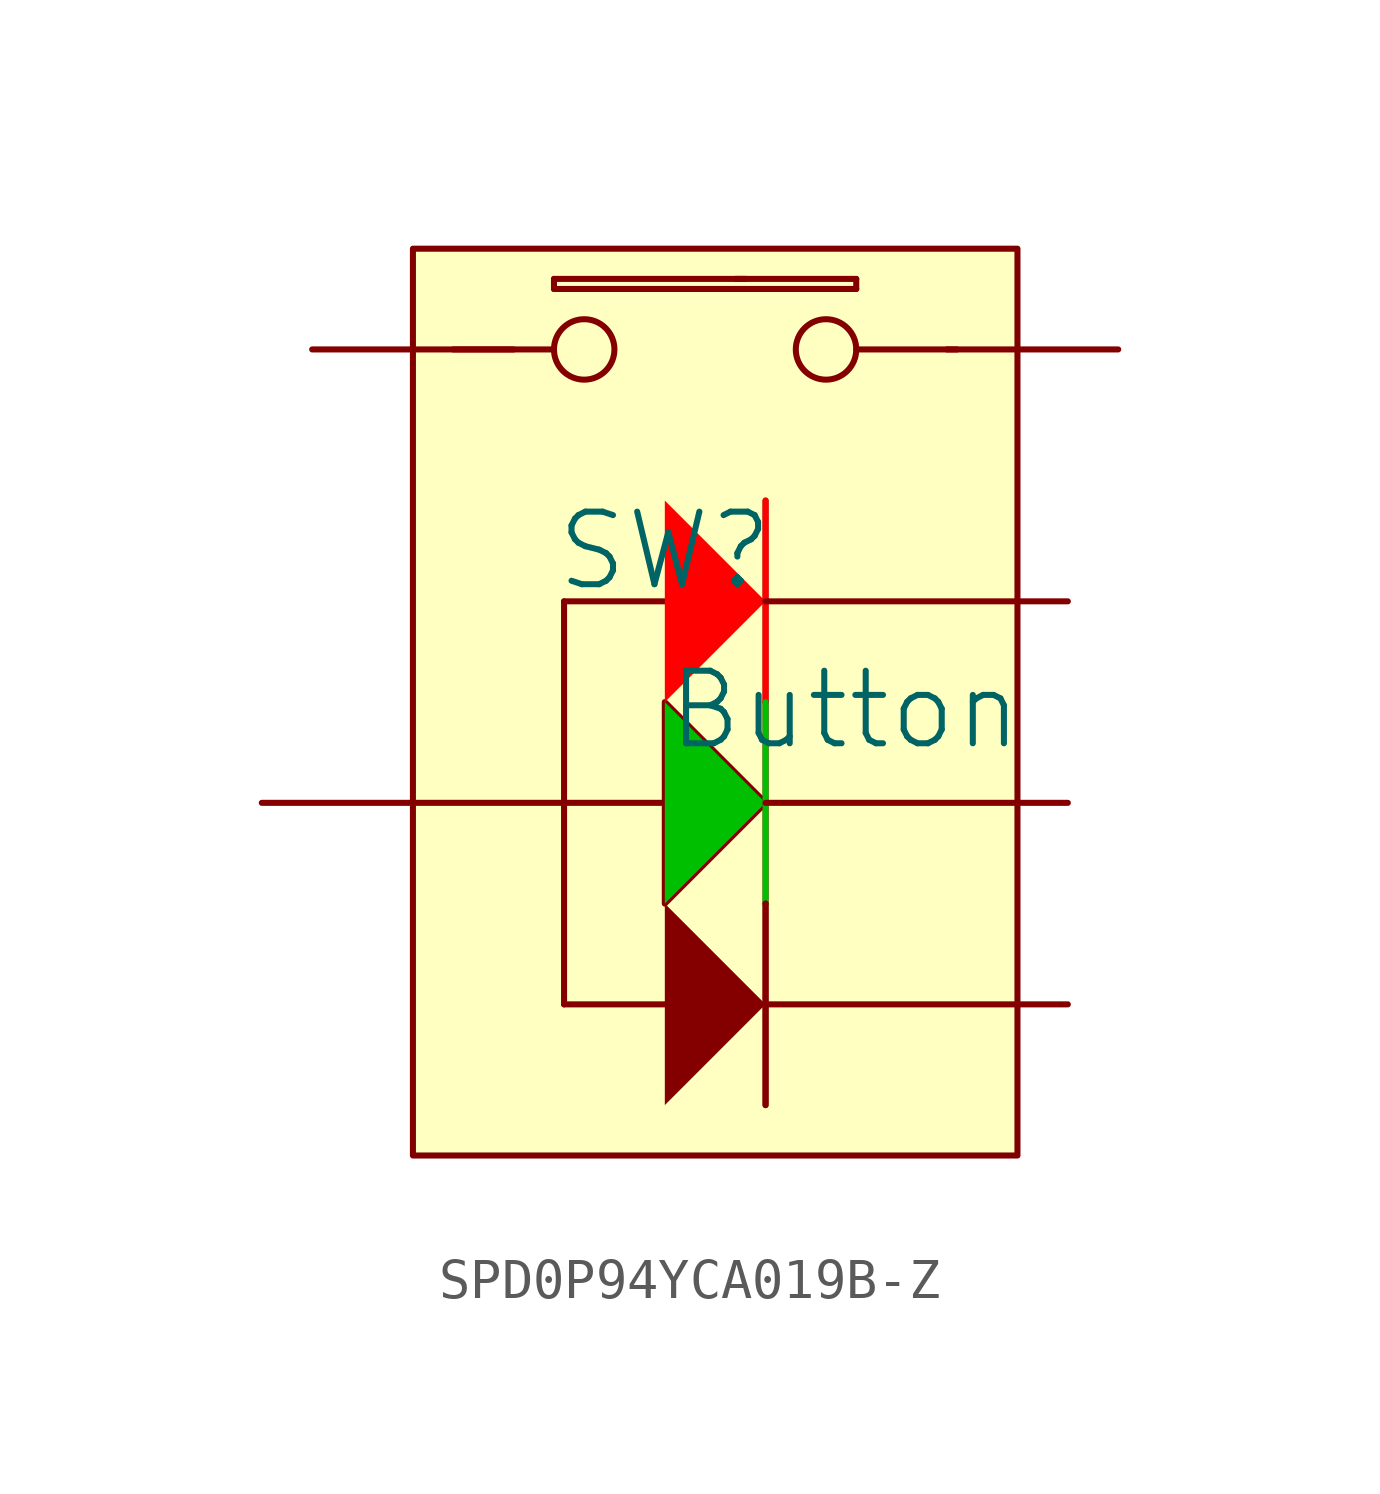
<source format=kicad_sym>
(kicad_symbol_lib
  (version 20241209)
  (generator "kicad_symbol_editor")
  (generator_version "9.0")
  (symbol "SPD0P94YCA019B-Z"
    (pin_numbers
      (hide yes))
    (pin_names
      (hide yes))
    (property "Reference" "SW"
      (at -1.27 1.27 0)
      (effects (font (size 1.829 1.829))))
    (property "Value" "Button"
      (at -1.27 -3.81 0)
      (effects (font (size 1.829 1.829)) (justify left bottom)))
    (symbol "SPD0P94YCA019B-Z_1_0"
      (polyline (pts (xy -7.62 6.35) (xy -5.08 6.35)) (stroke (width 0) (type solid)) (fill (type none)))
      (polyline (pts (xy -4.064 8.128) (xy -4.064 7.874)) (stroke (width 0) (type solid)) (fill (type none)))
      (polyline (pts (xy -4.064 7.874) (xy 3.556 7.874)) (stroke (width 0) (type solid)) (fill (type none)))
      (polyline (pts (xy -4.064 6.35) (xy -6.604 6.35)) (stroke (width 0) (type solid)) (fill (type none)))
      (polyline (pts (xy -3.81 0) (xy -1.27 0)) (stroke (width 0) (type solid)) (fill (type none)))
      (polyline (pts (xy -3.81 -5.08) (xy -1.27 -5.08) (xy -1.27 -2.54) (xy 1.27 -5.08) (xy -1.27 -7.62) (xy -1.27 -5.08)) (stroke (width 0) (type solid)) (fill (type none)))
      (polyline (pts (xy -3.81 -10.16) (xy -3.81 0)) (stroke (width 0) (type solid)) (fill (type none)))
      (polyline (pts (xy -3.81 -10.16) (xy -1.27 -10.16)) (stroke (width 0) (type solid)) (fill (type none)))
      (circle (center -3.302 6.35) (radius 0.762) (stroke (width 0) (type solid)) (fill (type none)))
      (polyline (pts (xy -1.27 2.54) (xy 1.27 0) (xy -1.27 -2.54) (xy -1.27 2.54)) (stroke (width -0.0001) (type solid) (color 255 0 0 1)) (fill (type outline)))
      (polyline (pts (xy -1.27 -2.54) (xy 1.27 -5.08) (xy -1.27 -7.62) (xy -1.27 -2.54)) (stroke (width -0.0001) (type solid) (color 0 191 0 1)) (fill (type outline)))
      (polyline (pts (xy -1.27 -7.62) (xy 1.27 -10.16) (xy -1.27 -12.7) (xy -1.27 -7.62)) (stroke (width -0.0001) (type solid)) (fill (type outline)))
      (polyline (pts (xy 0.762 8.128) (xy -4.064 8.128)) (stroke (width 0) (type solid)) (fill (type none)))
      (polyline (pts (xy 1.27 2.54) (xy 1.27 -2.54)) (stroke (width 0) (type solid)) (fill (type none)))
      (polyline (pts (xy 1.27 2.54) (xy 1.27 -2.54)) (stroke (width 0) (type solid) (color 255 0 0 1)) (fill (type none)))
      (polyline (pts (xy 1.27 -2.54) (xy 1.27 -7.62)) (stroke (width 0) (type solid)) (fill (type none)))
      (polyline (pts (xy 1.27 -7.62) (xy 1.27 -2.54)) (stroke (width 0) (type solid) (color 0 191 0 1)) (fill (type none)))
      (polyline (pts (xy 1.27 -7.62) (xy 1.27 -12.7)) (stroke (width 0) (type solid)) (fill (type none)))
      (polyline (pts (xy 1.27 -12.7) (xy 1.27 -7.62)) (stroke (width 0) (type solid)) (fill (type none)))
      (circle (center 2.794 6.35) (radius 0.762) (stroke (width 0) (type solid)) (fill (type none)))
      (polyline (pts (xy 3.556 8.128) (xy 0.508 8.128)) (stroke (width 0) (type solid)) (fill (type none)))
      (polyline (pts (xy 3.556 7.874) (xy 3.556 8.128)) (stroke (width 0) (type solid)) (fill (type none)))
      (polyline (pts (xy 3.556 6.35) (xy 6.096 6.35)) (stroke (width 0) (type solid)) (fill (type none)))
      (polyline (pts (xy 5.842 6.35) (xy 7.62 6.35)) (stroke (width 0) (type solid)) (fill (type none)))
      (rectangle (start 7.62 8.89) (end -7.62 -13.97) (stroke (width 0) (type solid) (color 128 0 0 1)) (fill (type background)))
      (pin passive line (at -11.43 -5.08 0) (length 7.62) (name "Anode" (effects (font (size 1.27 1.27)))) (number "1" (effects (font (size 1.27 1.27)))))
      (pin passive line (at -10.16 6.35 0) (length 2.54) (name "1" (effects (font (size 1.27 1.27)))) (number "A" (effects (font (size 1.27 1.27)))))
      (pin passive line (at 8.89 0 180) (length 7.62) (name "R" (effects (font (size 1.27 1.27)))) (number "4" (effects (font (size 1.27 1.27)))))
      (pin passive line (at 8.89 -5.08 180) (length 7.62) (name "G" (effects (font (size 1.27 1.27)))) (number "2" (effects (font (size 1.27 1.27)))))
      (pin passive line (at 8.89 -10.16 180) (length 7.62) (name "B" (effects (font (size 1.27 1.27)))) (number "3" (effects (font (size 1.27 1.27)))))
      (pin passive line (at 10.16 6.35 180) (length 2.54) (name "2" (effects (font (size 1.27 1.27)))) (number "B" (effects (font (size 1.27 1.27))))))))
</source>
